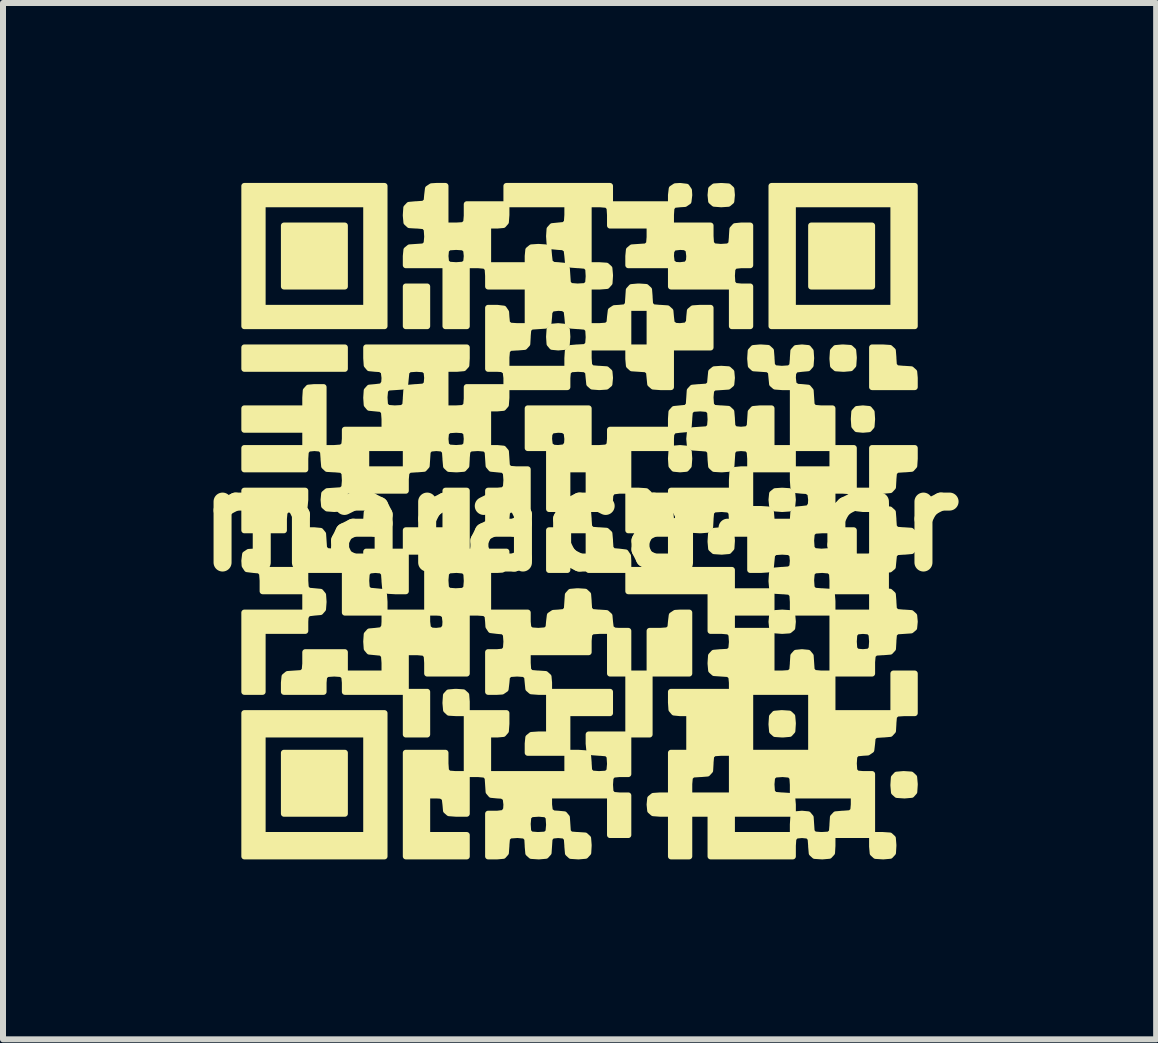
<source format=kicad_pcb>
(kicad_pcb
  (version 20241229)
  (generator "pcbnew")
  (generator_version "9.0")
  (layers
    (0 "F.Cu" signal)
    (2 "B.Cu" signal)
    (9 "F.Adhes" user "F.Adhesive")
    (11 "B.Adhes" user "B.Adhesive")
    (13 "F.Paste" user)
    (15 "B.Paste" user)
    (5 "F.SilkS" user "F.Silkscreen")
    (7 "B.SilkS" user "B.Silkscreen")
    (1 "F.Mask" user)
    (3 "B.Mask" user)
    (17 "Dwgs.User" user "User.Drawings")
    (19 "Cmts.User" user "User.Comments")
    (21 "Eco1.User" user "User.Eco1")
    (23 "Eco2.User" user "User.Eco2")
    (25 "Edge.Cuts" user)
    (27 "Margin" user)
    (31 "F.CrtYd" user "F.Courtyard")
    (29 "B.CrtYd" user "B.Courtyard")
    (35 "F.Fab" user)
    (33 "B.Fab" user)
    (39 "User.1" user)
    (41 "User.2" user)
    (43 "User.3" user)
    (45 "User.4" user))
  (footprint "maraca-qr"
    (layer "F.Cu")
    (at 6.611 5.638)
    (property "Reference" "maraca-qr" (at 0 0 0) (layer "F.SilkS") (effects (font (size 1.524 1.524) (thickness 0.3))))
    (attr through_hole)
    (fp_poly (pts (xy -3.912 -3.912) (xy -4.42 -3.912) (xy -4.928 -3.912) (xy -4.928 -4.42) (xy -4.928 -4.928) (xy -4.42 -4.928) (xy -3.912 -4.928) (xy -3.912 -4.42) (xy -3.912 -3.912)) (stroke (width 0.1) (type solid)) (fill yes) (layer "F.SilkS"))
    (fp_poly (pts (xy -3.912 -2.54) (xy -4.75 -2.54) (xy -5.588 -2.54) (xy -5.588 -2.718) (xy -5.588 -2.896) (xy -4.75 -2.896) (xy -3.912 -2.896) (xy -3.912 -2.718) (xy -3.912 -2.54)) (stroke (width 0.1) (type solid)) (fill yes) (layer "F.SilkS"))
    (fp_poly (pts (xy -3.912 4.877) (xy -4.42 4.877) (xy -4.928 4.877) (xy -4.928 4.369) (xy -4.928 3.861) (xy -4.42 3.861) (xy -3.912 3.861) (xy -3.912 4.369) (xy -3.912 4.877)) (stroke (width 0.1) (type solid)) (fill yes) (layer "F.SilkS"))
    (fp_poly (pts (xy -2.54 -3.251) (xy -2.718 -3.251) (xy -2.896 -3.251) (xy -2.896 -3.581) (xy -2.896 -3.912) (xy -2.718 -3.912) (xy -2.54 -3.912) (xy -2.54 -3.581) (xy -2.54 -3.251)) (stroke (width 0.1) (type solid)) (fill yes) (layer "F.SilkS"))
    (fp_poly (pts (xy -2.54 3.556) (xy -2.718 3.556) (xy -2.896 3.556) (xy -2.896 3.2) (xy -2.896 2.845) (xy -2.718 2.845) (xy -2.54 2.845) (xy -2.54 3.2) (xy -2.54 3.556)) (stroke (width 0.1) (type solid)) (fill yes) (layer "F.SilkS"))
    (fp_poly (pts (xy 1.168 3.556) (xy 0.991 3.556) (xy 0.813 3.556) (xy 0.813 3.048) (xy 0.813 2.54) (xy 0.991 2.54) (xy 1.168 2.54) (xy 1.168 3.048) (xy 1.168 3.556)) (stroke (width 0.1) (type solid)) (fill yes) (layer "F.SilkS"))
    (fp_poly (pts (xy 4.877 -3.912) (xy 4.369 -3.912) (xy 3.861 -3.912) (xy 3.861 -4.42) (xy 3.861 -4.928) (xy 4.369 -4.928) (xy 4.877 -4.928) (xy 4.877 -4.42) (xy 4.877 -3.912)) (stroke (width 0.1) (type solid)) (fill yes) (layer "F.SilkS"))
    (fp_poly (pts (xy -3.251 -0.025) (xy -3.26 0.094) (xy -3.303 0.143) (xy -3.404 0.152) (xy -3.506 0.142) (xy -3.548 0.092) (xy -3.556 -0.025) (xy -3.548 -0.145) (xy -3.504 -0.194) (xy -3.404 -0.203) (xy -3.301 -0.193) (xy -3.259 -0.143) (xy -3.251 -0.025)) (stroke (width 0.1) (type solid)) (fill yes) (layer "F.SilkS"))
    (fp_poly (pts (xy -0.203 -3.073) (xy -0.212 -2.954) (xy -0.255 -2.905) (xy -0.356 -2.896) (xy -0.458 -2.906) (xy -0.5 -2.956) (xy -0.508 -3.073) (xy -0.5 -3.193) (xy -0.456 -3.242) (xy -0.356 -3.251) (xy -0.253 -3.241) (xy -0.211 -3.191) (xy -0.203 -3.073)) (stroke (width 0.1) (type solid)) (fill yes) (layer "F.SilkS"))
    (fp_poly (pts (xy 1.829 -1.041) (xy 1.82 -0.922) (xy 1.777 -0.873) (xy 1.676 -0.864) (xy 1.574 -0.874) (xy 1.532 -0.924) (xy 1.524 -1.041) (xy 1.532 -1.161) (xy 1.576 -1.21) (xy 1.676 -1.219) (xy 1.779 -1.209) (xy 1.821 -1.159) (xy 1.829 -1.041)) (stroke (width 0.1) (type solid)) (fill yes) (layer "F.SilkS"))
    (fp_poly (pts (xy 2.54 -5.436) (xy 2.53 -5.333) (xy 2.48 -5.291) (xy 2.362 -5.283) (xy 2.243 -5.292) (xy 2.194 -5.335) (xy 2.184 -5.436) (xy 2.194 -5.538) (xy 2.245 -5.58) (xy 2.362 -5.588) (xy 2.482 -5.58) (xy 2.531 -5.536) (xy 2.54 -5.436)) (stroke (width 0.1) (type solid)) (fill yes) (layer "F.SilkS"))
    (fp_poly (pts (xy 3.556 -0.356) (xy 3.546 -0.253) (xy 3.496 -0.211) (xy 3.378 -0.203) (xy 3.259 -0.212) (xy 3.21 -0.255) (xy 3.2 -0.356) (xy 3.21 -0.458) (xy 3.261 -0.5) (xy 3.378 -0.508) (xy 3.498 -0.5) (xy 3.547 -0.456) (xy 3.556 -0.356)) (stroke (width 0.1) (type solid)) (fill yes) (layer "F.SilkS"))
    (fp_poly (pts (xy 3.556 1.676) (xy 3.546 1.779) (xy 3.496 1.821) (xy 3.378 1.829) (xy 3.259 1.82) (xy 3.21 1.777) (xy 3.2 1.676) (xy 3.21 1.574) (xy 3.261 1.532) (xy 3.378 1.524) (xy 3.498 1.532) (xy 3.547 1.576) (xy 3.556 1.676)) (stroke (width 0.1) (type solid)) (fill yes) (layer "F.SilkS"))
    (fp_poly (pts (xy 4.877 -1.702) (xy 4.868 -1.582) (xy 4.825 -1.533) (xy 4.724 -1.524) (xy 4.622 -1.534) (xy 4.58 -1.584) (xy 4.572 -1.702) (xy 4.58 -1.821) (xy 4.624 -1.87) (xy 4.724 -1.88) (xy 4.827 -1.87) (xy 4.869 -1.819) (xy 4.877 -1.702)) (stroke (width 0.1) (type solid)) (fill yes) (layer "F.SilkS"))
    (fp_poly (pts (xy -1.88 3.2) (xy -2.057 3.2) (xy -2.177 3.193) (xy -2.225 3.148) (xy -2.235 3.036) (xy -2.235 3.023) (xy -2.227 2.903) (xy -2.183 2.855) (xy -2.071 2.845) (xy -2.057 2.845) (xy -1.938 2.853) (xy -1.889 2.897) (xy -1.88 3.009) (xy -1.88 3.023) (xy -1.88 3.2)) (stroke (width 0.1) (type solid)) (fill yes) (layer "F.SilkS"))
    (fp_poly (pts (xy 1.829 2.54) (xy 1.499 2.54) (xy 1.168 2.54) (xy 1.168 2.184) (xy 1.168 1.829) (xy 1.346 1.829) (xy 1.466 1.82) (xy 1.515 1.777) (xy 1.524 1.676) (xy 1.537 1.568) (xy 1.596 1.529) (xy 1.676 1.524) (xy 1.829 1.524) (xy 1.829 2.032) (xy 1.829 2.54)) (stroke (width 0.1) (type solid)) (fill yes) (layer "F.SilkS"))
    (fp_poly (pts (xy 5.232 5.41) (xy 5.225 5.529) (xy 5.18 5.578) (xy 5.068 5.588) (xy 5.055 5.588) (xy 4.935 5.58) (xy 4.887 5.536) (xy 4.877 5.424) (xy 4.877 5.41) (xy 4.877 5.232) (xy 5.055 5.232) (xy 5.174 5.24) (xy 5.223 5.285) (xy 5.232 5.397) (xy 5.232 5.41)) (stroke (width 0.1) (type solid)) (fill yes) (layer "F.SilkS"))
    (fp_poly (pts (xy -4.572 -0.356) (xy -4.582 -0.253) (xy -4.632 -0.211) (xy -4.75 -0.203) (xy -4.869 -0.195) (xy -4.918 -0.151) (xy -4.928 -0.039) (xy -4.928 -0.025) (xy -4.928 0.152) (xy -5.258 0.152) (xy -5.588 0.152) (xy -5.588 -0.178) (xy -5.588 -0.508) (xy -5.08 -0.508) (xy -4.572 -0.508) (xy -4.572 -0.356)) (stroke (width 0.1) (type solid)) (fill yes) (layer "F.SilkS"))
    (fp_poly (pts (xy 1.524 0.152) (xy 1.168 0.152) (xy 0.813 0.152) (xy 0.813 -0.178) (xy 0.813 -0.508) (xy 0.991 -0.508) (xy 1.11 -0.5) (xy 1.159 -0.456) (xy 1.168 -0.356) (xy 1.178 -0.253) (xy 1.229 -0.211) (xy 1.346 -0.203) (xy 1.465 -0.195) (xy 1.514 -0.151) (xy 1.524 -0.039) (xy 1.524 -0.025) (xy 1.524 0.152)) (stroke (width 0.1) (type solid)) (fill yes) (layer "F.SilkS"))
    (fp_poly (pts (xy 2.54 0.33) (xy 2.532 0.449) (xy 2.488 0.498) (xy 2.376 0.508) (xy 2.362 0.508) (xy 2.243 0.5) (xy 2.194 0.456) (xy 2.184 0.344) (xy 2.184 0.33) (xy 2.192 0.211) (xy 2.237 0.162) (xy 2.349 0.152) (xy 2.362 0.152) (xy 2.481 0.16) (xy 2.53 0.205) (xy 2.54 0.317) (xy 2.54 0.33)) (stroke (width 0.1) (type solid)) (fill yes) (layer "F.SilkS"))
    (fp_poly (pts (xy 3.556 3.378) (xy 3.548 3.497) (xy 3.504 3.546) (xy 3.392 3.556) (xy 3.378 3.556) (xy 3.259 3.548) (xy 3.21 3.504) (xy 3.2 3.392) (xy 3.2 3.378) (xy 3.208 3.259) (xy 3.253 3.21) (xy 3.365 3.2) (xy 3.378 3.2) (xy 3.497 3.208) (xy 3.546 3.253) (xy 3.556 3.365) (xy 3.556 3.378)) (stroke (width 0.1) (type solid)) (fill yes) (layer "F.SilkS"))
    (fp_poly (pts (xy 4.572 -2.718) (xy 4.564 -2.599) (xy 4.52 -2.55) (xy 4.408 -2.54) (xy 4.394 -2.54) (xy 4.275 -2.548) (xy 4.226 -2.592) (xy 4.216 -2.704) (xy 4.216 -2.718) (xy 4.224 -2.837) (xy 4.269 -2.886) (xy 4.381 -2.896) (xy 4.394 -2.896) (xy 4.513 -2.888) (xy 4.562 -2.843) (xy 4.572 -2.731) (xy 4.572 -2.718)) (stroke (width 0.1) (type solid)) (fill yes) (layer "F.SilkS"))
    (fp_poly (pts (xy 5.588 4.394) (xy 5.58 4.513) (xy 5.536 4.562) (xy 5.424 4.572) (xy 5.41 4.572) (xy 5.291 4.564) (xy 5.242 4.52) (xy 5.232 4.408) (xy 5.232 4.394) (xy 5.24 4.275) (xy 5.285 4.226) (xy 5.397 4.216) (xy 5.41 4.216) (xy 5.529 4.224) (xy 5.578 4.269) (xy 5.588 4.381) (xy 5.588 4.394)) (stroke (width 0.1) (type solid)) (fill yes) (layer "F.SilkS"))
    (fp_poly (pts (xy 0.508 3.2) (xy 0.152 3.2) (xy -0.203 3.2) (xy -0.203 3.531) (xy -0.203 3.861) (xy -0.533 3.861) (xy -0.864 3.861) (xy -0.864 3.708) (xy -0.854 3.606) (xy -0.803 3.564) (xy -0.686 3.556) (xy -0.508 3.556) (xy -0.508 3.2) (xy -0.508 2.845) (xy 0 2.845) (xy 0.508 2.845) (xy 0.508 3.023) (xy 0.508 3.2)) (stroke (width 0.1) (type solid)) (fill yes) (layer "F.SilkS"))
    (fp_poly (pts (xy 5.588 -2.235) (xy 5.232 -2.235) (xy 4.877 -2.235) (xy 4.877 -2.565) (xy 4.877 -2.896) (xy 5.055 -2.896) (xy 5.174 -2.888) (xy 5.223 -2.843) (xy 5.232 -2.731) (xy 5.232 -2.718) (xy 5.24 -2.599) (xy 5.285 -2.55) (xy 5.397 -2.54) (xy 5.41 -2.54) (xy 5.53 -2.532) (xy 5.579 -2.488) (xy 5.588 -2.388) (xy 5.588 -2.235)) (stroke (width 0.1) (type solid)) (fill yes) (layer "F.SilkS"))
    (fp_poly (pts (xy -3.251 -3.251) (xy -3.556 -3.251) (xy -3.556 -3.556) (xy -3.556 -4.42) (xy -3.556 -5.283) (xy -4.42 -5.283) (xy -5.283 -5.283) (xy -5.283 -4.42) (xy -5.283 -3.556) (xy -4.42 -3.556) (xy -3.556 -3.556) (xy -3.556 -3.251) (xy -4.42 -3.251) (xy -5.588 -3.251) (xy -5.588 -4.42) (xy -5.588 -5.588) (xy -4.42 -5.588) (xy -3.251 -5.588) (xy -3.251 -4.42) (xy -3.251 -3.251)) (stroke (width 0.1) (type solid)) (fill yes) (layer "F.SilkS"))
    (fp_poly (pts (xy -3.251 5.588) (xy -3.556 5.588) (xy -3.556 5.232) (xy -3.556 4.394) (xy -3.556 3.556) (xy -4.42 3.556) (xy -5.283 3.556) (xy -5.283 4.394) (xy -5.283 5.232) (xy -4.42 5.232) (xy -3.556 5.232) (xy -3.556 5.588) (xy -4.42 5.588) (xy -5.588 5.588) (xy -5.588 4.394) (xy -5.588 3.2) (xy -4.42 3.2) (xy -3.251 3.2) (xy -3.251 4.394) (xy -3.251 5.588)) (stroke (width 0.1) (type solid)) (fill yes) (layer "F.SilkS"))
    (fp_poly (pts (xy 5.588 -3.251) (xy 5.232 -3.251) (xy 5.232 -3.556) (xy 5.232 -4.42) (xy 5.232 -5.283) (xy 4.394 -5.283) (xy 3.556 -5.283) (xy 3.556 -4.42) (xy 3.556 -3.556) (xy 4.394 -3.556) (xy 5.232 -3.556) (xy 5.232 -3.251) (xy 4.394 -3.251) (xy 3.2 -3.251) (xy 3.2 -4.42) (xy 3.2 -5.588) (xy 4.394 -5.588) (xy 5.588 -5.588) (xy 5.588 -4.42) (xy 5.588 -3.251)) (stroke (width 0.1) (type solid)) (fill yes) (layer "F.SilkS"))
    (fp_poly (pts (xy -1.88 5.588) (xy -2.388 5.588) (xy -2.896 5.588) (xy -2.896 4.724) (xy -2.896 3.861) (xy -2.565 3.861) (xy -2.235 3.861) (xy -2.235 4.039) (xy -2.227 4.158) (xy -2.183 4.207) (xy -2.071 4.216) (xy -2.057 4.216) (xy -1.88 4.216) (xy -1.88 4.547) (xy -1.88 4.877) (xy -2.057 4.877) (xy -2.177 4.868) (xy -2.226 4.825) (xy -2.235 4.724) (xy -2.248 4.616) (xy -2.307 4.577) (xy -2.388 4.572) (xy -2.54 4.572) (xy -2.54 4.902) (xy -2.54 5.232) (xy -2.21 5.232) (xy -1.88 5.232) (xy -1.88 5.41) (xy -1.88 5.588)) (stroke (width 0.1) (type solid)) (fill yes) (layer "F.SilkS"))
    (fp_poly (pts (xy -4.267 1.346) (xy -4.276 1.466) (xy -4.319 1.515) (xy -4.42 1.524) (xy -4.528 1.537) (xy -4.567 1.596) (xy -4.572 1.676) (xy -4.572 1.829) (xy -4.928 1.829) (xy -5.283 1.829) (xy -5.283 2.337) (xy -5.283 2.845) (xy -5.436 2.845) (xy -5.588 2.845) (xy -5.588 2.184) (xy -5.588 1.524) (xy -5.08 1.524) (xy -4.572 1.524) (xy -4.572 1.346) (xy -4.572 1.168) (xy -4.928 1.168) (xy -5.283 1.168) (xy -5.283 0.991) (xy -5.292 0.871) (xy -5.335 0.822) (xy -5.436 0.813) (xy -5.544 0.8) (xy -5.583 0.741) (xy -5.588 0.66) (xy -5.575 0.552) (xy -5.516 0.513) (xy -5.436 0.508) (xy -5.328 0.521) (xy -5.288 0.58) (xy -5.283 0.66) (xy -5.283 0.813) (xy -4.928 0.813) (xy -4.572 0.813) (xy -4.572 0.991) (xy -4.564 1.11) (xy -4.52 1.159) (xy -4.42 1.168) (xy -4.317 1.178) (xy -4.275 1.229) (xy -4.267 1.346)) (stroke (width 0.1) (type solid)) (fill yes) (layer "F.SilkS"))
    (fp_poly (pts (xy -2.896 1.168) (xy -3.073 1.168) (xy -3.193 1.161) (xy -3.241 1.116) (xy -3.251 1.004) (xy -3.251 0.991) (xy -3.26 0.871) (xy -3.303 0.822) (xy -3.404 0.813) (xy -3.506 0.823) (xy -3.548 0.873) (xy -3.556 0.991) (xy -3.548 1.11) (xy -3.504 1.159) (xy -3.404 1.168) (xy -3.301 1.178) (xy -3.259 1.229) (xy -3.251 1.346) (xy -3.251 1.524) (xy -3.581 1.524) (xy -3.912 1.524) (xy -3.912 1.168) (xy -3.912 0.813) (xy -4.242 0.813) (xy -4.572 0.813) (xy -4.572 0.483) (xy -4.572 0.152) (xy -4.42 0.152) (xy -4.317 0.162) (xy -4.275 0.213) (xy -4.267 0.33) (xy -4.259 0.449) (xy -4.215 0.498) (xy -4.103 0.508) (xy -4.089 0.508) (xy -3.97 0.516) (xy -3.921 0.56) (xy -3.912 0.66) (xy -3.902 0.763) (xy -3.851 0.805) (xy -3.734 0.813) (xy -3.614 0.804) (xy -3.565 0.761) (xy -3.556 0.66) (xy -3.556 0.508) (xy -3.226 0.508) (xy -2.896 0.508) (xy -2.896 0.838) (xy -2.896 1.168)) (stroke (width 0.1) (type solid)) (fill yes) (layer "F.SilkS"))
    (fp_poly (pts (xy 4.216 -1.219) (xy 3.886 -1.219) (xy 3.556 -1.219) (xy 3.556 -1.727) (xy 3.556 -2.235) (xy 3.378 -2.235) (xy 3.259 -2.244) (xy 3.21 -2.287) (xy 3.2 -2.388) (xy 3.19 -2.49) (xy 3.14 -2.532) (xy 3.023 -2.54) (xy 2.903 -2.548) (xy 2.855 -2.592) (xy 2.845 -2.704) (xy 2.845 -2.718) (xy 2.853 -2.837) (xy 2.897 -2.886) (xy 3.009 -2.896) (xy 3.023 -2.896) (xy 3.142 -2.888) (xy 3.191 -2.843) (xy 3.2 -2.731) (xy 3.2 -2.718) (xy 3.208 -2.599) (xy 3.253 -2.55) (xy 3.365 -2.54) (xy 3.378 -2.54) (xy 3.497 -2.548) (xy 3.546 -2.592) (xy 3.556 -2.704) (xy 3.556 -2.718) (xy 3.564 -2.837) (xy 3.608 -2.886) (xy 3.708 -2.896) (xy 3.811 -2.886) (xy 3.853 -2.835) (xy 3.861 -2.718) (xy 3.852 -2.598) (xy 3.809 -2.549) (xy 3.708 -2.54) (xy 3.6 -2.527) (xy 3.561 -2.468) (xy 3.556 -2.388) (xy 3.569 -2.28) (xy 3.628 -2.24) (xy 3.708 -2.235) (xy 3.811 -2.225) (xy 3.853 -2.175) (xy 3.861 -2.057) (xy 3.869 -1.938) (xy 3.913 -1.889) (xy 4.025 -1.88) (xy 4.039 -1.88) (xy 4.216 -1.88) (xy 4.216 -1.549) (xy 4.216 -1.219)) (stroke (width 0.1) (type solid)) (fill yes) (layer "F.SilkS"))
    (fp_poly (pts (xy 0.813 5.232) (xy 0.66 5.232) (xy 0.508 5.232) (xy 0.508 4.902) (xy 0.508 4.572) (xy 0 4.572) (xy -0.508 4.572) (xy -0.508 4.724) (xy -0.495 4.832) (xy -0.436 4.872) (xy -0.356 4.877) (xy -0.253 4.887) (xy -0.211 4.937) (xy -0.203 5.055) (xy -0.195 5.174) (xy -0.151 5.223) (xy -0.039 5.232) (xy -0.025 5.232) (xy 0.094 5.24) (xy 0.143 5.285) (xy 0.152 5.397) (xy 0.152 5.41) (xy 0.145 5.529) (xy 0.1 5.578) (xy -0.012 5.588) (xy -0.025 5.588) (xy -0.145 5.58) (xy -0.193 5.536) (xy -0.203 5.424) (xy -0.203 5.41) (xy -0.212 5.291) (xy -0.255 5.242) (xy -0.356 5.232) (xy -0.458 5.242) (xy -0.5 5.293) (xy -0.508 5.41) (xy -0.508 5.055) (xy -0.516 4.935) (xy -0.56 4.887) (xy -0.672 4.877) (xy -0.686 4.877) (xy -0.805 4.885) (xy -0.854 4.929) (xy -0.864 5.041) (xy -0.864 5.055) (xy -0.856 5.174) (xy -0.811 5.223) (xy -0.699 5.232) (xy -0.686 5.232) (xy -0.567 5.225) (xy -0.518 5.18) (xy -0.508 5.068) (xy -0.508 5.055) (xy -0.508 5.41) (xy -0.516 5.529) (xy -0.56 5.578) (xy -0.672 5.588) (xy -0.686 5.588) (xy -0.805 5.58) (xy -0.854 5.536) (xy -0.864 5.424) (xy -0.864 5.41) (xy -0.871 5.291) (xy -0.916 5.242) (xy -1.028 5.232) (xy -1.041 5.232) (xy -1.161 5.24) (xy -1.209 5.285) (xy -1.219 5.397) (xy -1.219 5.41) (xy -1.228 5.53) (xy -1.271 5.579) (xy -1.372 5.588) (xy -1.524 5.588) (xy -1.524 5.232) (xy -1.524 4.877) (xy -1.372 4.877) (xy -1.264 4.864) (xy -1.224 4.805) (xy -1.219 4.724) (xy -1.232 4.616) (xy -1.291 4.577) (xy -1.372 4.572) (xy -1.474 4.562) (xy -1.516 4.512) (xy -1.524 4.394) (xy -1.532 4.275) (xy -1.576 4.226) (xy -1.688 4.216) (xy -1.702 4.216) (xy -1.88 4.216) (xy -1.88 3.708) (xy -1.88 3.2) (xy -1.549 3.2) (xy -1.219 3.2) (xy -1.219 3.378) (xy -1.228 3.498) (xy -1.271 3.547) (xy -1.372 3.556) (xy -1.524 3.556) (xy -1.524 3.886) (xy -1.524 4.216) (xy -0.864 4.216) (xy -0.203 4.216) (xy -0.203 4.039) (xy -0.203 3.861) (xy -0.025 3.861) (xy 0.094 3.869) (xy 0.143 3.913) (xy 0.152 4.025) (xy 0.152 4.039) (xy 0.16 4.158) (xy 0.205 4.207) (xy 0.317 4.216) (xy 0.33 4.216) (xy 0.449 4.209) (xy 0.498 4.164) (xy 0.508 4.052) (xy 0.508 4.039) (xy 0.5 3.919) (xy 0.456 3.871) (xy 0.344 3.861) (xy 0.33 3.861) (xy 0.211 3.852) (xy 0.162 3.809) (xy 0.152 3.708) (xy 0.152 3.556) (xy 0.483 3.556) (xy 0.813 3.556) (xy 0.813 3.886) (xy 0.813 4.216) (xy 0.66 4.216) (xy 0.558 4.226) (xy 0.516 4.277) (xy 0.508 4.394) (xy 0.516 4.514) (xy 0.56 4.563) (xy 0.66 4.572) (xy 0.813 4.572) (xy 0.813 4.902) (xy 0.813 5.232)) (stroke (width 0.1) (type solid)) (fill yes) (layer "F.SilkS"))
    (fp_poly (pts (xy 3.556 -0.864) (xy 3.2 -0.864) (xy 2.845 -0.864) (xy 2.845 -1.041) (xy 2.836 -1.161) (xy 2.793 -1.21) (xy 2.692 -1.219) (xy 2.59 -1.209) (xy 2.548 -1.159) (xy 2.54 -1.041) (xy 2.532 -0.922) (xy 2.488 -0.873) (xy 2.376 -0.864) (xy 2.362 -0.864) (xy 2.243 -0.871) (xy 2.194 -0.916) (xy 2.184 -1.028) (xy 2.184 -1.041) (xy 2.177 -1.161) (xy 2.132 -1.209) (xy 2.02 -1.219) (xy 2.007 -1.219) (xy 1.887 -1.228) (xy 1.838 -1.271) (xy 1.829 -1.372) (xy 1.839 -1.474) (xy 1.889 -1.516) (xy 2.007 -1.524) (xy 2.126 -1.532) (xy 2.175 -1.576) (xy 2.184 -1.688) (xy 2.184 -1.702) (xy 2.177 -1.821) (xy 2.132 -1.87) (xy 2.02 -1.88) (xy 2.007 -1.88) (xy 1.887 -1.872) (xy 1.839 -1.827) (xy 1.829 -1.715) (xy 1.829 -1.702) (xy 1.82 -1.582) (xy 1.777 -1.533) (xy 1.676 -1.524) (xy 1.568 -1.511) (xy 1.529 -1.452) (xy 1.524 -1.372) (xy 1.524 -1.219) (xy 1.168 -1.219) (xy 0.813 -1.219) (xy 0.813 -0.864) (xy 0.813 -0.508) (xy 0.66 -0.508) (xy 0.552 -0.495) (xy 0.513 -0.436) (xy 0.508 -0.356) (xy 0.498 -0.253) (xy 0.448 -0.211) (xy 0.33 -0.203) (xy 0.152 -0.203) (xy 0.152 -0.533) (xy 0.152 -0.864) (xy -0.025 -0.864) (xy -0.203 -0.864) (xy -0.203 -1.372) (xy -0.216 -1.48) (xy -0.275 -1.519) (xy -0.356 -1.524) (xy -0.464 -1.511) (xy -0.503 -1.452) (xy -0.508 -1.372) (xy -0.495 -1.264) (xy -0.436 -1.224) (xy -0.356 -1.219) (xy -0.248 -1.232) (xy -0.208 -1.291) (xy -0.203 -1.372) (xy -0.203 -0.864) (xy -0.203 -0.533) (xy -0.203 -0.203) (xy -0.025 -0.203) (xy 0.094 -0.195) (xy 0.143 -0.151) (xy 0.152 -0.039) (xy 0.152 -0.025) (xy 0.16 0.094) (xy 0.205 0.143) (xy 0.317 0.152) (xy 0.33 0.152) (xy 0.449 0.16) (xy 0.498 0.205) (xy 0.508 0.317) (xy 0.508 0.33) (xy 0.516 0.45) (xy 0.56 0.499) (xy 0.66 0.508) (xy 0.768 0.521) (xy 0.808 0.58) (xy 0.813 0.66) (xy 0.813 0.813) (xy 0.483 0.813) (xy 0.152 0.813) (xy 0.152 0.483) (xy 0.152 0.152) (xy -0.025 0.152) (xy -0.203 0.152) (xy -0.203 0.483) (xy -0.203 0.813) (xy -0.356 0.813) (xy -0.508 0.813) (xy -0.508 0.483) (xy -0.508 0.152) (xy -0.356 0.152) (xy -0.253 0.142) (xy -0.211 0.092) (xy -0.203 -0.025) (xy -0.212 -0.145) (xy -0.255 -0.194) (xy -0.356 -0.203) (xy -0.508 -0.203) (xy -0.508 -0.711) (xy -0.508 -1.219) (xy -0.686 -1.219) (xy -0.864 -1.219) (xy -0.864 -1.549) (xy -0.864 -1.88) (xy -0.356 -1.88) (xy 0.152 -1.88) (xy 0.152 -1.549) (xy 0.152 -1.219) (xy 0.33 -1.219) (xy 0.45 -1.228) (xy 0.499 -1.271) (xy 0.508 -1.372) (xy 0.508 -1.524) (xy 1.016 -1.524) (xy 1.524 -1.524) (xy 1.524 -1.702) (xy 1.532 -1.821) (xy 1.576 -1.87) (xy 1.676 -1.88) (xy 1.779 -1.89) (xy 1.821 -1.94) (xy 1.829 -2.057) (xy 1.837 -2.177) (xy 1.881 -2.225) (xy 1.993 -2.235) (xy 2.007 -2.235) (xy 2.126 -2.244) (xy 2.175 -2.287) (xy 2.184 -2.388) (xy 2.194 -2.49) (xy 2.245 -2.532) (xy 2.362 -2.54) (xy 2.482 -2.532) (xy 2.531 -2.488) (xy 2.54 -2.388) (xy 2.53 -2.285) (xy 2.48 -2.243) (xy 2.362 -2.235) (xy 2.243 -2.227) (xy 2.194 -2.183) (xy 2.184 -2.071) (xy 2.184 -2.057) (xy 2.192 -1.938) (xy 2.237 -1.889) (xy 2.349 -1.88) (xy 2.362 -1.88) (xy 2.481 -1.872) (xy 2.53 -1.827) (xy 2.54 -1.715) (xy 2.54 -1.702) (xy 2.548 -1.582) (xy 2.592 -1.533) (xy 2.692 -1.524) (xy 2.795 -1.534) (xy 2.837 -1.584) (xy 2.845 -1.702) (xy 2.853 -1.821) (xy 2.897 -1.87) (xy 3.009 -1.88) (xy 3.023 -1.88) (xy 3.2 -1.88) (xy 3.2 -1.549) (xy 3.2 -1.219) (xy 3.378 -1.219) (xy 3.556 -1.219) (xy 3.556 -1.041) (xy 3.556 -0.864)) (stroke (width 0.1) (type solid)) (fill yes) (layer "F.SilkS"))
    (fp_poly (pts (xy 0.813 2.54) (xy 0.66 2.54) (xy 0.508 2.54) (xy 0.508 2.184) (xy 0.508 1.829) (xy 0.33 1.829) (xy 0.211 1.837) (xy 0.162 1.881) (xy 0.152 1.993) (xy 0.152 2.007) (xy 0.152 2.184) (xy -0.356 2.184) (xy -0.864 2.184) (xy -0.864 2.362) (xy -0.856 2.481) (xy -0.811 2.53) (xy -0.699 2.54) (xy -0.686 2.54) (xy -0.566 2.548) (xy -0.517 2.592) (xy -0.508 2.692) (xy -0.508 2.845) (xy -0.686 2.845) (xy -0.805 2.836) (xy -0.854 2.793) (xy -0.864 2.692) (xy -0.874 2.59) (xy -0.924 2.548) (xy -1.041 2.54) (xy -1.161 2.548) (xy -1.21 2.592) (xy -1.219 2.692) (xy -1.232 2.8) (xy -1.291 2.84) (xy -1.372 2.845) (xy -1.524 2.845) (xy -1.524 2.515) (xy -1.524 2.184) (xy -1.372 2.184) (xy -1.269 2.174) (xy -1.227 2.124) (xy -1.219 2.007) (xy -1.228 1.887) (xy -1.271 1.838) (xy -1.372 1.829) (xy -1.48 1.816) (xy -1.519 1.757) (xy -1.524 1.676) (xy -1.534 1.574) (xy -1.584 1.532) (xy -1.702 1.524) (xy -1.88 1.524) (xy -1.88 0.991) (xy -1.887 0.871) (xy -1.932 0.823) (xy -2.044 0.813) (xy -2.057 0.813) (xy -2.177 0.821) (xy -2.225 0.865) (xy -2.235 0.977) (xy -2.235 0.991) (xy -2.227 1.11) (xy -2.183 1.159) (xy -2.071 1.168) (xy -2.057 1.168) (xy -1.938 1.161) (xy -1.889 1.116) (xy -1.88 1.004) (xy -1.88 0.991) (xy -1.88 1.524) (xy -1.88 2.032) (xy -1.88 2.54) (xy -2.21 2.54) (xy -2.54 2.54) (xy -2.54 2.362) (xy -2.548 2.243) (xy -2.592 2.194) (xy -2.704 2.184) (xy -2.718 2.184) (xy -2.896 2.184) (xy -2.896 2.515) (xy -2.896 2.845) (xy -3.404 2.845) (xy -3.912 2.845) (xy -3.912 2.692) (xy -3.922 2.59) (xy -3.972 2.548) (xy -4.089 2.54) (xy -4.209 2.548) (xy -4.258 2.592) (xy -4.267 2.692) (xy -4.267 2.845) (xy -4.597 2.845) (xy -4.928 2.845) (xy -4.928 2.692) (xy -4.918 2.59) (xy -4.867 2.548) (xy -4.75 2.54) (xy -4.631 2.532) (xy -4.582 2.488) (xy -4.572 2.376) (xy -4.572 2.362) (xy -4.572 2.184) (xy -4.242 2.184) (xy -3.912 2.184) (xy -3.912 2.362) (xy -3.912 2.54) (xy -3.581 2.54) (xy -3.251 2.54) (xy -3.251 2.362) (xy -3.26 2.243) (xy -3.303 2.194) (xy -3.404 2.184) (xy -3.506 2.174) (xy -3.548 2.124) (xy -3.556 2.007) (xy -3.548 1.887) (xy -3.504 1.838) (xy -3.404 1.829) (xy -3.296 1.816) (xy -3.256 1.757) (xy -3.251 1.676) (xy -3.251 1.524) (xy -2.896 1.524) (xy -2.54 1.524) (xy -2.54 1.676) (xy -2.527 1.784) (xy -2.468 1.824) (xy -2.388 1.829) (xy -2.28 1.816) (xy -2.24 1.757) (xy -2.235 1.676) (xy -2.248 1.568) (xy -2.307 1.529) (xy -2.388 1.524) (xy -2.54 1.524) (xy -2.54 1.016) (xy -2.54 0.508) (xy -2.718 0.508) (xy -2.896 0.508) (xy -2.896 0.33) (xy -2.896 0.152) (xy -2.565 0.152) (xy -2.235 0.152) (xy -2.235 -0.178) (xy -2.235 -0.508) (xy -2.057 -0.508) (xy -1.88 -0.508) (xy -1.88 0) (xy -1.88 0.508) (xy -1.549 0.508) (xy -1.219 0.508) (xy -1.219 0.66) (xy -1.232 0.768) (xy -1.291 0.808) (xy -1.372 0.813) (xy -1.524 0.813) (xy -1.524 1.168) (xy -1.524 1.524) (xy -1.194 1.524) (xy -0.864 1.524) (xy -0.864 1.676) (xy -0.854 1.779) (xy -0.803 1.821) (xy -0.686 1.829) (xy -0.566 1.82) (xy -0.517 1.777) (xy -0.508 1.676) (xy -0.495 1.568) (xy -0.436 1.529) (xy -0.356 1.524) (xy -0.253 1.514) (xy -0.211 1.464) (xy -0.203 1.346) (xy -0.195 1.227) (xy -0.151 1.178) (xy -0.039 1.168) (xy -0.025 1.168) (xy 0.094 1.176) (xy 0.143 1.221) (xy 0.152 1.333) (xy 0.152 1.346) (xy 0.16 1.465) (xy 0.205 1.514) (xy 0.317 1.524) (xy 0.33 1.524) (xy 0.45 1.532) (xy 0.499 1.576) (xy 0.508 1.676) (xy 0.521 1.784) (xy 0.58 1.824) (xy 0.66 1.829) (xy 0.813 1.829) (xy 0.813 2.184) (xy 0.813 2.54)) (stroke (width 0.1) (type solid)) (fill yes) (layer "F.SilkS"))
    (fp_poly (pts (xy -0.864 -0.203) (xy -1.041 -0.203) (xy -1.161 -0.195) (xy -1.209 -0.151) (xy -1.219 -0.039) (xy -1.219 -0.025) (xy -1.228 0.094) (xy -1.271 0.143) (xy -1.372 0.152) (xy -1.524 0.152) (xy -1.524 -0.178) (xy -1.524 -0.508) (xy -1.372 -0.508) (xy -1.269 -0.518) (xy -1.227 -0.568) (xy -1.219 -0.686) (xy -1.228 -0.805) (xy -1.271 -0.854) (xy -1.372 -0.864) (xy -1.474 -0.874) (xy -1.516 -0.924) (xy -1.524 -1.041) (xy -1.532 -1.161) (xy -1.576 -1.209) (xy -1.688 -1.219) (xy -1.702 -1.219) (xy -1.821 -1.211) (xy -1.87 -1.167) (xy -1.88 -1.055) (xy -1.88 -1.041) (xy -1.88 -1.372) (xy -1.89 -1.474) (xy -1.94 -1.516) (xy -2.057 -1.524) (xy -2.177 -1.516) (xy -2.226 -1.472) (xy -2.235 -1.372) (xy -2.225 -1.269) (xy -2.175 -1.227) (xy -2.057 -1.219) (xy -1.938 -1.228) (xy -1.889 -1.271) (xy -1.88 -1.372) (xy -1.88 -1.041) (xy -1.887 -0.922) (xy -1.932 -0.873) (xy -2.044 -0.864) (xy -2.057 -0.864) (xy -2.177 -0.871) (xy -2.225 -0.916) (xy -2.235 -1.028) (xy -2.235 -1.041) (xy -2.244 -1.161) (xy -2.287 -1.21) (xy -2.388 -1.219) (xy -2.49 -1.209) (xy -2.532 -1.159) (xy -2.54 -1.041) (xy -2.54 -2.388) (xy -2.55 -2.49) (xy -2.6 -2.532) (xy -2.718 -2.54) (xy -2.837 -2.532) (xy -2.886 -2.488) (xy -2.896 -2.388) (xy -2.906 -2.285) (xy -2.956 -2.243) (xy -3.073 -2.235) (xy -3.193 -2.227) (xy -3.241 -2.183) (xy -3.251 -2.071) (xy -3.251 -2.057) (xy -3.243 -1.938) (xy -3.199 -1.889) (xy -3.087 -1.88) (xy -3.073 -1.88) (xy -2.954 -1.887) (xy -2.905 -1.932) (xy -2.896 -2.044) (xy -2.896 -2.057) (xy -2.888 -2.177) (xy -2.843 -2.225) (xy -2.731 -2.235) (xy -2.718 -2.235) (xy -2.598 -2.244) (xy -2.549 -2.287) (xy -2.54 -2.388) (xy -2.54 -1.041) (xy -2.548 -0.922) (xy -2.592 -0.873) (xy -2.704 -0.864) (xy -2.718 -0.864) (xy -2.837 -0.856) (xy -2.886 -0.811) (xy -2.896 -0.699) (xy -2.896 -0.686) (xy -2.896 -0.864) (xy -2.896 -1.041) (xy -2.896 -1.219) (xy -3.226 -1.219) (xy -3.556 -1.219) (xy -3.556 -1.041) (xy -3.556 -0.864) (xy -3.226 -0.864) (xy -2.896 -0.864) (xy -2.896 -0.686) (xy -2.896 -0.508) (xy -3.404 -0.508) (xy -3.912 -0.508) (xy -3.912 -0.356) (xy -3.922 -0.253) (xy -3.972 -0.211) (xy -4.089 -0.203) (xy -4.209 -0.212) (xy -4.258 -0.255) (xy -4.267 -0.356) (xy -4.257 -0.458) (xy -4.207 -0.5) (xy -4.089 -0.508) (xy -3.97 -0.516) (xy -3.921 -0.56) (xy -3.912 -0.672) (xy -3.912 -0.686) (xy -3.919 -0.805) (xy -3.964 -0.854) (xy -4.076 -0.864) (xy -4.089 -0.864) (xy -4.209 -0.871) (xy -4.257 -0.916) (xy -4.267 -1.028) (xy -4.267 -1.041) (xy -4.276 -1.161) (xy -4.319 -1.21) (xy -4.42 -1.219) (xy -4.522 -1.209) (xy -4.564 -1.159) (xy -4.572 -1.041) (xy -4.572 -0.864) (xy -5.08 -0.864) (xy -5.588 -0.864) (xy -5.588 -1.041) (xy -5.588 -1.219) (xy -5.08 -1.219) (xy -4.572 -1.219) (xy -4.572 -1.372) (xy -4.572 -1.524) (xy -5.08 -1.524) (xy -5.588 -1.524) (xy -5.588 -1.702) (xy -5.588 -1.88) (xy -5.08 -1.88) (xy -4.572 -1.88) (xy -4.572 -2.057) (xy -4.564 -2.177) (xy -4.52 -2.226) (xy -4.42 -2.235) (xy -4.267 -2.235) (xy -4.267 -1.727) (xy -4.267 -1.219) (xy -4.089 -1.219) (xy -3.97 -1.228) (xy -3.921 -1.271) (xy -3.912 -1.372) (xy -3.912 -1.524) (xy -3.581 -1.524) (xy -3.251 -1.524) (xy -3.251 -1.702) (xy -3.26 -1.821) (xy -3.303 -1.87) (xy -3.404 -1.88) (xy -3.506 -1.89) (xy -3.548 -1.94) (xy -3.556 -2.057) (xy -3.548 -2.177) (xy -3.504 -2.226) (xy -3.404 -2.235) (xy -3.296 -2.248) (xy -3.256 -2.307) (xy -3.251 -2.388) (xy -3.264 -2.496) (xy -3.323 -2.535) (xy -3.404 -2.54) (xy -3.506 -2.55) (xy -3.548 -2.6) (xy -3.556 -2.718) (xy -3.556 -2.896) (xy -2.718 -2.896) (xy -1.88 -2.896) (xy -1.88 -2.718) (xy -1.887 -2.599) (xy -1.932 -2.55) (xy -2.044 -2.54) (xy -2.057 -2.54) (xy -2.235 -2.54) (xy -2.235 -2.21) (xy -2.235 -1.88) (xy -2.057 -1.88) (xy -1.938 -1.887) (xy -1.889 -1.932) (xy -1.88 -2.044) (xy -1.88 -2.057) (xy -1.88 -2.235) (xy -1.549 -2.235) (xy -1.219 -2.235) (xy -1.219 -2.057) (xy -1.228 -1.938) (xy -1.271 -1.889) (xy -1.372 -1.88) (xy -1.524 -1.88) (xy -1.524 -1.549) (xy -1.524 -1.219) (xy -1.372 -1.219) (xy -1.269 -1.209) (xy -1.227 -1.159) (xy -1.219 -1.041) (xy -1.211 -0.922) (xy -1.167 -0.873) (xy -1.055 -0.864) (xy -1.041 -0.864) (xy -0.864 -0.864) (xy -0.864 -0.533) (xy -0.864 -0.203)) (stroke (width 0.1) (type solid)) (fill yes) (layer "F.SilkS"))
    (fp_poly (pts (xy 5.588 3.2) (xy 5.41 3.2) (xy 5.291 3.208) (xy 5.242 3.253) (xy 5.232 3.365) (xy 5.232 3.378) (xy 5.225 3.497) (xy 5.18 3.546) (xy 5.068 3.556) (xy 5.055 3.556) (xy 4.935 3.564) (xy 4.886 3.608) (xy 4.877 3.708) (xy 4.864 3.816) (xy 4.805 3.856) (xy 4.724 3.861) (xy 4.622 3.871) (xy 4.58 3.921) (xy 4.572 4.039) (xy 4.58 4.158) (xy 4.624 4.207) (xy 4.724 4.216) (xy 4.877 4.216) (xy 4.877 4.724) (xy 4.877 5.232) (xy 4.572 5.232) (xy 4.572 4.724) (xy 4.572 4.572) (xy 4.064 4.572) (xy 3.861 4.572) (xy 3.861 3.861) (xy 3.861 3.353) (xy 3.861 2.845) (xy 3.353 2.845) (xy 2.845 2.845) (xy 2.845 3.353) (xy 2.845 3.861) (xy 3.353 3.861) (xy 3.861 3.861) (xy 3.861 4.572) (xy 3.556 4.572) (xy 3.556 4.394) (xy 3.548 4.275) (xy 3.504 4.226) (xy 3.392 4.216) (xy 3.378 4.216) (xy 3.259 4.224) (xy 3.21 4.269) (xy 3.2 4.381) (xy 3.2 4.394) (xy 3.208 4.513) (xy 3.253 4.562) (xy 3.365 4.572) (xy 3.378 4.572) (xy 3.498 4.58) (xy 3.547 4.624) (xy 3.556 4.724) (xy 3.556 4.877) (xy 3.048 4.877) (xy 2.54 4.877) (xy 2.54 4.572) (xy 2.54 4.216) (xy 2.54 3.861) (xy 2.362 3.861) (xy 2.243 3.869) (xy 2.194 3.913) (xy 2.184 4.025) (xy 2.184 4.039) (xy 2.177 4.158) (xy 2.132 4.207) (xy 2.02 4.216) (xy 2.007 4.216) (xy 1.887 4.224) (xy 1.839 4.269) (xy 1.829 4.381) (xy 1.829 4.394) (xy 1.829 4.572) (xy 2.184 4.572) (xy 2.54 4.572) (xy 2.54 4.877) (xy 2.54 5.055) (xy 2.54 5.232) (xy 3.048 5.232) (xy 3.556 5.232) (xy 3.556 5.055) (xy 3.564 4.935) (xy 3.608 4.886) (xy 3.708 4.877) (xy 3.811 4.887) (xy 3.853 4.937) (xy 3.861 5.055) (xy 3.869 5.174) (xy 3.913 5.223) (xy 4.025 5.232) (xy 4.039 5.232) (xy 4.158 5.225) (xy 4.207 5.18) (xy 4.216 5.068) (xy 4.216 5.055) (xy 4.224 4.935) (xy 4.269 4.887) (xy 4.381 4.877) (xy 4.394 4.877) (xy 4.514 4.868) (xy 4.563 4.825) (xy 4.572 4.724) (xy 4.572 5.232) (xy 4.547 5.232) (xy 4.216 5.232) (xy 4.216 5.41) (xy 4.209 5.529) (xy 4.164 5.578) (xy 4.052 5.588) (xy 4.039 5.588) (xy 3.919 5.58) (xy 3.871 5.536) (xy 3.861 5.424) (xy 3.861 5.41) (xy 3.852 5.291) (xy 3.809 5.242) (xy 3.708 5.232) (xy 3.606 5.242) (xy 3.564 5.293) (xy 3.556 5.41) (xy 3.556 5.588) (xy 2.87 5.588) (xy 2.184 5.588) (xy 2.184 5.232) (xy 2.184 4.877) (xy 2.007 4.877) (xy 1.829 4.877) (xy 1.829 5.232) (xy 1.829 5.588) (xy 1.676 5.588) (xy 1.524 5.588) (xy 1.524 5.232) (xy 1.524 4.877) (xy 1.346 4.877) (xy 1.227 4.868) (xy 1.178 4.825) (xy 1.168 4.724) (xy 1.178 4.622) (xy 1.229 4.58) (xy 1.346 4.572) (xy 1.524 4.572) (xy 1.524 4.216) (xy 1.524 3.861) (xy 1.676 3.861) (xy 1.829 3.861) (xy 1.829 3.531) (xy 1.829 3.2) (xy 1.676 3.2) (xy 1.574 3.19) (xy 1.532 3.14) (xy 1.524 3.023) (xy 1.524 2.845) (xy 2.032 2.845) (xy 2.54 2.845) (xy 2.54 2.692) (xy 2.53 2.59) (xy 2.48 2.548) (xy 2.362 2.54) (xy 2.243 2.532) (xy 2.194 2.488) (xy 2.184 2.376) (xy 2.184 2.362) (xy 2.192 2.243) (xy 2.237 2.194) (xy 2.349 2.184) (xy 2.362 2.184) (xy 2.481 2.177) (xy 2.53 2.132) (xy 2.54 2.02) (xy 2.54 2.007) (xy 2.532 1.887) (xy 2.488 1.839) (xy 2.376 1.829) (xy 2.362 1.829) (xy 2.184 1.829) (xy 2.184 1.499) (xy 2.184 1.168) (xy 1.499 1.168) (xy 0.813 1.168) (xy 0.813 0.991) (xy 0.813 0.813) (xy 1.168 0.813) (xy 1.524 0.813) (xy 1.524 0.483) (xy 1.524 0.152) (xy 1.676 0.152) (xy 1.829 0.152) (xy 1.829 0.483) (xy 1.829 0.813) (xy 2.184 0.813) (xy 2.54 0.813) (xy 2.54 0.991) (xy 2.54 1.168) (xy 2.87 1.168) (xy 3.2 1.168) (xy 3.2 1.346) (xy 3.2 1.524) (xy 2.87 1.524) (xy 2.54 1.524) (xy 2.54 1.676) (xy 2.54 1.829) (xy 2.87 1.829) (xy 3.2 1.829) (xy 3.2 2.184) (xy 3.2 2.54) (xy 3.378 2.54) (xy 3.497 2.532) (xy 3.546 2.488) (xy 3.556 2.376) (xy 3.556 2.362) (xy 3.564 2.243) (xy 3.608 2.194) (xy 3.708 2.184) (xy 3.811 2.194) (xy 3.853 2.245) (xy 3.861 2.362) (xy 3.869 2.481) (xy 3.913 2.53) (xy 4.025 2.54) (xy 4.039 2.54) (xy 4.216 2.54) (xy 4.216 2.87) (xy 4.216 3.2) (xy 4.724 3.2) (xy 5.232 3.2) (xy 5.232 2.87) (xy 5.232 2.54) (xy 5.41 2.54) (xy 5.588 2.54) (xy 5.588 2.87) (xy 5.588 3.2)) (stroke (width 0.1) (type solid)) (fill yes) (layer "F.SilkS"))
    (fp_poly (pts (xy 5.588 1.676) (xy 5.578 1.779) (xy 5.528 1.821) (xy 5.41 1.829) (xy 5.291 1.837) (xy 5.242 1.881) (xy 5.232 1.993) (xy 5.232 2.007) (xy 5.225 2.126) (xy 5.18 2.175) (xy 5.068 2.184) (xy 5.055 2.184) (xy 4.935 2.192) (xy 4.887 2.237) (xy 4.877 2.349) (xy 4.877 2.362) (xy 4.877 2.007) (xy 4.868 1.887) (xy 4.825 1.838) (xy 4.724 1.829) (xy 4.622 1.839) (xy 4.58 1.889) (xy 4.572 2.007) (xy 4.58 2.126) (xy 4.624 2.175) (xy 4.724 2.184) (xy 4.827 2.174) (xy 4.869 2.124) (xy 4.877 2.007) (xy 4.877 2.362) (xy 4.877 2.54) (xy 4.547 2.54) (xy 4.216 2.54) (xy 4.216 2.032) (xy 4.216 1.524) (xy 4.547 1.524) (xy 4.877 1.524) (xy 4.877 1.346) (xy 4.877 1.168) (xy 4.547 1.168) (xy 4.216 1.168) (xy 4.216 0.991) (xy 4.209 0.871) (xy 4.164 0.823) (xy 4.052 0.813) (xy 4.039 0.813) (xy 3.919 0.821) (xy 3.871 0.865) (xy 3.861 0.977) (xy 3.861 0.991) (xy 3.869 1.11) (xy 3.913 1.159) (xy 4.025 1.168) (xy 4.039 1.168) (xy 4.158 1.176) (xy 4.207 1.221) (xy 4.216 1.333) (xy 4.216 1.346) (xy 4.216 1.524) (xy 3.886 1.524) (xy 3.556 1.524) (xy 3.556 1.346) (xy 3.548 1.227) (xy 3.504 1.178) (xy 3.392 1.168) (xy 3.378 1.168) (xy 3.259 1.161) (xy 3.21 1.116) (xy 3.2 1.004) (xy 3.2 0.991) (xy 3.208 0.871) (xy 3.253 0.823) (xy 3.365 0.813) (xy 3.378 0.813) (xy 3.498 0.804) (xy 3.547 0.761) (xy 3.556 0.66) (xy 3.546 0.558) (xy 3.496 0.516) (xy 3.378 0.508) (xy 3.259 0.516) (xy 3.21 0.56) (xy 3.2 0.66) (xy 3.19 0.763) (xy 3.14 0.805) (xy 3.023 0.813) (xy 2.845 0.813) (xy 2.845 0.483) (xy 2.845 0.152) (xy 2.692 0.152) (xy 2.59 0.142) (xy 2.548 0.092) (xy 2.54 -0.025) (xy 2.532 -0.145) (xy 2.488 -0.193) (xy 2.376 -0.203) (xy 2.362 -0.203) (xy 2.243 -0.195) (xy 2.194 -0.151) (xy 2.184 -0.039) (xy 2.184 -0.025) (xy 2.177 0.094) (xy 2.132 0.143) (xy 2.02 0.152) (xy 2.007 0.152) (xy 1.887 0.145) (xy 1.839 0.1) (xy 1.829 -0.012) (xy 1.829 -0.025) (xy 1.82 -0.145) (xy 1.777 -0.194) (xy 1.676 -0.203) (xy 1.568 -0.216) (xy 1.529 -0.275) (xy 1.524 -0.356) (xy 1.524 -0.508) (xy 2.032 -0.508) (xy 2.54 -0.508) (xy 2.54 -0.686) (xy 2.548 -0.805) (xy 2.592 -0.854) (xy 2.692 -0.864) (xy 2.845 -0.864) (xy 2.845 -0.533) (xy 2.845 -0.203) (xy 3.023 -0.203) (xy 3.142 -0.195) (xy 3.191 -0.151) (xy 3.2 -0.039) (xy 3.2 -0.025) (xy 3.208 0.094) (xy 3.253 0.143) (xy 3.365 0.152) (xy 3.378 0.152) (xy 3.497 0.145) (xy 3.546 0.1) (xy 3.556 -0.012) (xy 3.556 -0.025) (xy 3.564 -0.145) (xy 3.608 -0.194) (xy 3.708 -0.203) (xy 3.816 -0.216) (xy 3.856 -0.275) (xy 3.861 -0.356) (xy 3.848 -0.464) (xy 3.789 -0.503) (xy 3.708 -0.508) (xy 3.606 -0.518) (xy 3.564 -0.568) (xy 3.556 -0.686) (xy 3.556 -0.864) (xy 3.886 -0.864) (xy 4.216 -0.864) (xy 4.216 -1.041) (xy 4.216 -1.219) (xy 4.394 -1.219) (xy 4.572 -1.219) (xy 4.572 -0.864) (xy 4.572 -0.508) (xy 4.724 -0.508) (xy 4.877 -0.508) (xy 4.877 -0.864) (xy 4.877 -1.219) (xy 5.232 -1.219) (xy 5.588 -1.219) (xy 5.588 -1.041) (xy 5.58 -0.922) (xy 5.536 -0.873) (xy 5.424 -0.864) (xy 5.41 -0.864) (xy 5.291 -0.856) (xy 5.242 -0.811) (xy 5.232 -0.699) (xy 5.232 -0.686) (xy 5.225 -0.567) (xy 5.18 -0.518) (xy 5.068 -0.508) (xy 5.055 -0.508) (xy 4.935 -0.5) (xy 4.886 -0.456) (xy 4.877 -0.356) (xy 4.887 -0.253) (xy 4.937 -0.211) (xy 5.055 -0.203) (xy 5.174 -0.195) (xy 5.223 -0.151) (xy 5.232 -0.039) (xy 5.232 -0.025) (xy 5.24 0.094) (xy 5.285 0.143) (xy 5.397 0.152) (xy 5.41 0.152) (xy 5.529 0.16) (xy 5.578 0.205) (xy 5.588 0.317) (xy 5.588 0.33) (xy 5.58 0.449) (xy 5.536 0.498) (xy 5.424 0.508) (xy 5.41 0.508) (xy 5.291 0.516) (xy 5.242 0.56) (xy 5.232 0.66) (xy 5.222 0.763) (xy 5.172 0.805) (xy 5.055 0.813) (xy 4.935 0.821) (xy 4.887 0.865) (xy 4.877 0.977) (xy 4.877 0.991) (xy 4.877 0.813) (xy 4.877 0.305) (xy 4.877 -0.203) (xy 4.724 -0.203) (xy 4.616 -0.216) (xy 4.577 -0.275) (xy 4.572 -0.356) (xy 4.562 -0.458) (xy 4.512 -0.5) (xy 4.394 -0.508) (xy 4.216 -0.508) (xy 4.216 -0.178) (xy 4.216 0.152) (xy 4.039 0.152) (xy 3.919 0.16) (xy 3.871 0.205) (xy 3.861 0.317) (xy 3.861 0.33) (xy 3.869 0.449) (xy 3.913 0.498) (xy 4.025 0.508) (xy 4.039 0.508) (xy 4.158 0.5) (xy 4.207 0.456) (xy 4.216 0.344) (xy 4.216 0.33) (xy 4.224 0.211) (xy 4.269 0.162) (xy 4.381 0.152) (xy 4.394 0.152) (xy 4.572 0.152) (xy 4.572 0.483) (xy 4.572 0.813) (xy 4.724 0.813) (xy 4.877 0.813) (xy 4.877 0.991) (xy 4.885 1.11) (xy 4.929 1.159) (xy 5.041 1.168) (xy 5.055 1.168) (xy 5.174 1.176) (xy 5.223 1.221) (xy 5.232 1.333) (xy 5.232 1.346) (xy 5.24 1.465) (xy 5.285 1.514) (xy 5.397 1.524) (xy 5.41 1.524) (xy 5.53 1.532) (xy 5.579 1.576) (xy 5.588 1.676)) (stroke (width 0.1) (type solid)) (fill yes) (layer "F.SilkS"))
    (fp_poly (pts (xy 2.845 -3.251) (xy 2.692 -3.251) (xy 2.54 -3.251) (xy 2.54 -3.581) (xy 2.54 -3.912) (xy 2.032 -3.912) (xy 1.829 -3.912) (xy 1.829 -4.42) (xy 1.816 -4.528) (xy 1.757 -4.567) (xy 1.676 -4.572) (xy 1.568 -4.559) (xy 1.529 -4.5) (xy 1.524 -4.42) (xy 1.537 -4.312) (xy 1.596 -4.272) (xy 1.676 -4.267) (xy 1.784 -4.28) (xy 1.824 -4.339) (xy 1.829 -4.42) (xy 1.829 -3.912) (xy 1.524 -3.912) (xy 1.524 -4.089) (xy 1.524 -4.267) (xy 1.168 -4.267) (xy 0.813 -4.267) (xy 0.813 -4.42) (xy 0.823 -4.522) (xy 0.873 -4.564) (xy 0.991 -4.572) (xy 1.11 -4.58) (xy 1.159 -4.624) (xy 1.168 -4.736) (xy 1.168 -4.75) (xy 1.168 -4.928) (xy 0.838 -4.928) (xy 0.508 -4.928) (xy 0.508 -5.105) (xy 0.5 -5.225) (xy 0.456 -5.273) (xy 0.344 -5.283) (xy 0.33 -5.283) (xy 0.152 -5.283) (xy 0.152 -4.775) (xy 0.152 -4.267) (xy 0.33 -4.267) (xy 0.449 -4.259) (xy 0.498 -4.215) (xy 0.508 -4.103) (xy 0.508 -4.089) (xy 0.5 -3.97) (xy 0.456 -3.921) (xy 0.344 -3.912) (xy 0.33 -3.912) (xy 0.152 -3.912) (xy 0.152 -3.581) (xy 0.152 -3.251) (xy 0.33 -3.251) (xy 0.45 -3.26) (xy 0.499 -3.303) (xy 0.508 -3.404) (xy 0.521 -3.512) (xy 0.58 -3.551) (xy 0.66 -3.556) (xy 0.763 -3.566) (xy 0.805 -3.616) (xy 0.813 -3.734) (xy 0.821 -3.853) (xy 0.865 -3.902) (xy 0.977 -3.912) (xy 0.991 -3.912) (xy 1.11 -3.904) (xy 1.159 -3.859) (xy 1.168 -3.747) (xy 1.168 -3.734) (xy 1.176 -3.615) (xy 1.221 -3.566) (xy 1.333 -3.556) (xy 1.346 -3.556) (xy 1.466 -3.548) (xy 1.515 -3.504) (xy 1.524 -3.404) (xy 1.537 -3.296) (xy 1.596 -3.256) (xy 1.676 -3.251) (xy 1.784 -3.264) (xy 1.824 -3.323) (xy 1.829 -3.404) (xy 1.839 -3.506) (xy 1.889 -3.548) (xy 2.007 -3.556) (xy 2.184 -3.556) (xy 2.184 -3.226) (xy 2.184 -2.896) (xy 1.854 -2.896) (xy 1.524 -2.896) (xy 1.524 -2.565) (xy 1.524 -2.235) (xy 1.346 -2.235) (xy 1.227 -2.244) (xy 1.178 -2.287) (xy 1.168 -2.388) (xy 1.158 -2.49) (xy 1.108 -2.532) (xy 0.991 -2.54) (xy 0.871 -2.548) (xy 0.823 -2.592) (xy 0.813 -2.704) (xy 0.813 -2.718) (xy 0.813 -2.896) (xy 0.991 -2.896) (xy 1.168 -2.896) (xy 1.168 -3.226) (xy 1.168 -3.556) (xy 0.991 -3.556) (xy 0.813 -3.556) (xy 0.813 -3.226) (xy 0.813 -2.896) (xy 0.483 -2.896) (xy 0.152 -2.896) (xy 0.152 -3.073) (xy 0.145 -3.193) (xy 0.1 -3.241) (xy -0.012 -3.251) (xy -0.025 -3.251) (xy -0.145 -3.26) (xy -0.194 -3.303) (xy -0.203 -3.404) (xy -0.216 -3.512) (xy -0.275 -3.551) (xy -0.356 -3.556) (xy -0.464 -3.543) (xy -0.503 -3.484) (xy -0.508 -3.404) (xy -0.518 -3.301) (xy -0.568 -3.259) (xy -0.686 -3.251) (xy -0.805 -3.243) (xy -0.854 -3.199) (xy -0.864 -3.087) (xy -0.864 -3.073) (xy -0.871 -2.954) (xy -0.916 -2.905) (xy -1.028 -2.896) (xy -1.041 -2.896) (xy -1.161 -2.888) (xy -1.209 -2.843) (xy -1.219 -2.731) (xy -1.219 -2.718) (xy -1.219 -2.54) (xy -0.711 -2.54) (xy -0.203 -2.54) (xy -0.203 -2.718) (xy -0.195 -2.837) (xy -0.151 -2.886) (xy -0.039 -2.896) (xy -0.025 -2.896) (xy 0.094 -2.903) (xy 0.143 -2.948) (xy 0.152 -3.06) (xy 0.152 -3.073) (xy 0.152 -2.896) (xy 0.152 -2.718) (xy 0.16 -2.599) (xy 0.205 -2.55) (xy 0.317 -2.54) (xy 0.33 -2.54) (xy 0.45 -2.532) (xy 0.499 -2.488) (xy 0.508 -2.388) (xy 0.498 -2.285) (xy 0.448 -2.243) (xy 0.33 -2.235) (xy 0.211 -2.244) (xy 0.162 -2.287) (xy 0.152 -2.388) (xy 0.142 -2.49) (xy 0.092 -2.532) (xy -0.025 -2.54) (xy -0.145 -2.532) (xy -0.194 -2.488) (xy -0.203 -2.388) (xy -0.203 -2.235) (xy -0.711 -2.235) (xy -1.219 -2.235) (xy -1.219 -2.388) (xy -1.232 -2.496) (xy -1.291 -2.535) (xy -1.372 -2.54) (xy -1.524 -2.54) (xy -1.524 -3.048) (xy -1.524 -3.556) (xy -1.372 -3.556) (xy -1.264 -3.543) (xy -1.224 -3.484) (xy -1.219 -3.404) (xy -1.209 -3.301) (xy -1.159 -3.259) (xy -1.041 -3.251) (xy -0.864 -3.251) (xy -0.864 -3.581) (xy -0.864 -3.912) (xy -1.194 -3.912) (xy -1.524 -3.912) (xy -1.524 -4.089) (xy -1.532 -4.209) (xy -1.576 -4.257) (xy -1.688 -4.267) (xy -1.702 -4.267) (xy -1.88 -4.267) (xy -1.88 -4.42) (xy -1.89 -4.522) (xy -1.94 -4.564) (xy -2.057 -4.572) (xy -2.177 -4.564) (xy -2.226 -4.52) (xy -2.235 -4.42) (xy -2.225 -4.317) (xy -2.175 -4.275) (xy -2.057 -4.267) (xy -1.938 -4.276) (xy -1.889 -4.319) (xy -1.88 -4.42) (xy -1.88 -4.267) (xy -1.88 -3.759) (xy -1.88 -3.251) (xy -2.057 -3.251) (xy -2.235 -3.251) (xy -2.235 -3.759) (xy -2.235 -4.267) (xy -2.565 -4.267) (xy -2.896 -4.267) (xy -2.896 -4.42) (xy -2.886 -4.522) (xy -2.835 -4.564) (xy -2.718 -4.572) (xy -2.599 -4.58) (xy -2.55 -4.624) (xy -2.54 -4.736) (xy -2.54 -4.75) (xy -2.548 -4.869) (xy -2.592 -4.918) (xy -2.704 -4.928) (xy -2.718 -4.928) (xy -2.837 -4.935) (xy -2.886 -4.98) (xy -2.896 -5.092) (xy -2.896 -5.105) (xy -2.888 -5.225) (xy -2.843 -5.273) (xy -2.731 -5.283) (xy -2.718 -5.283) (xy -2.598 -5.292) (xy -2.549 -5.335) (xy -2.54 -5.436) (xy -2.527 -5.544) (xy -2.468 -5.583) (xy -2.388 -5.588) (xy -2.235 -5.588) (xy -2.235 -5.258) (xy -2.235 -4.928) (xy -2.057 -4.928) (xy -1.938 -4.935) (xy -1.889 -4.98) (xy -1.88 -5.092) (xy -1.88 -5.105) (xy -1.88 -5.283) (xy -1.549 -5.283) (xy -1.219 -5.283) (xy -1.219 -5.105) (xy -1.228 -4.986) (xy -1.271 -4.937) (xy -1.372 -4.928) (xy -1.524 -4.928) (xy -1.524 -4.597) (xy -1.524 -4.267) (xy -1.194 -4.267) (xy -0.864 -4.267) (xy -0.864 -4.42) (xy -0.854 -4.522) (xy -0.803 -4.564) (xy -0.686 -4.572) (xy -0.566 -4.564) (xy -0.517 -4.52) (xy -0.508 -4.42) (xy -0.495 -4.312) (xy -0.436 -4.272) (xy -0.356 -4.267) (xy -0.253 -4.257) (xy -0.211 -4.207) (xy -0.203 -4.089) (xy -0.195 -3.97) (xy -0.151 -3.921) (xy -0.039 -3.912) (xy -0.025 -3.912) (xy 0.094 -3.919) (xy 0.143 -3.964) (xy 0.152 -4.076) (xy 0.152 -4.089) (xy 0.145 -4.209) (xy 0.1 -4.257) (xy -0.012 -4.267) (xy -0.025 -4.267) (xy -0.145 -4.276) (xy -0.194 -4.319) (xy -0.203 -4.42) (xy -0.216 -4.528) (xy -0.275 -4.567) (xy -0.356 -4.572) (xy -0.458 -4.582) (xy -0.5 -4.632) (xy -0.508 -4.75) (xy -0.5 -4.869) (xy -0.456 -4.918) (xy -0.356 -4.928) (xy -0.253 -4.938) (xy -0.211 -4.988) (xy -0.203 -5.105) (xy -0.203 -5.283) (xy -0.711 -5.283) (xy -1.219 -5.283) (xy -1.219 -5.436) (xy -1.219 -5.588) (xy -0.356 -5.588) (xy 0.508 -5.588) (xy 0.508 -5.436) (xy 0.508 -5.283) (xy 1.016 -5.283) (xy 1.524 -5.283) (xy 1.524 -5.436) (xy 1.537 -5.544) (xy 1.596 -5.583) (xy 1.676 -5.588) (xy 1.784 -5.575) (xy 1.824 -5.516) (xy 1.829 -5.436) (xy 1.816 -5.328) (xy 1.757 -5.288) (xy 1.676 -5.283) (xy 1.574 -5.273) (xy 1.532 -5.223) (xy 1.524 -5.105) (xy 1.524 -4.928) (xy 1.854 -4.928) (xy 2.184 -4.928) (xy 2.184 -4.75) (xy 2.192 -4.631) (xy 2.237 -4.582) (xy 2.349 -4.572) (xy 2.362 -4.572) (xy 2.481 -4.58) (xy 2.53 -4.624) (xy 2.54 -4.736) (xy 2.54 -4.75) (xy 2.548 -4.869) (xy 2.592 -4.918) (xy 2.692 -4.928) (xy 2.845 -4.928) (xy 2.845 -4.597) (xy 2.845 -4.267) (xy 2.692 -4.267) (xy 2.59 -4.257) (xy 2.548 -4.207) (xy 2.54 -4.089) (xy 2.548 -3.97) (xy 2.592 -3.921) (xy 2.692 -3.912) (xy 2.845 -3.912) (xy 2.845 -3.581) (xy 2.845 -3.251)) (stroke (width 0.1) (type solid)) (fill yes) (layer "F.SilkS")))
  (gr_rect
    (start -3 -3)
    (end 16.223 14.276)
    (stroke (width 0.1) (type default))
    (fill no)
    (layer "Edge.Cuts")))
</source>
